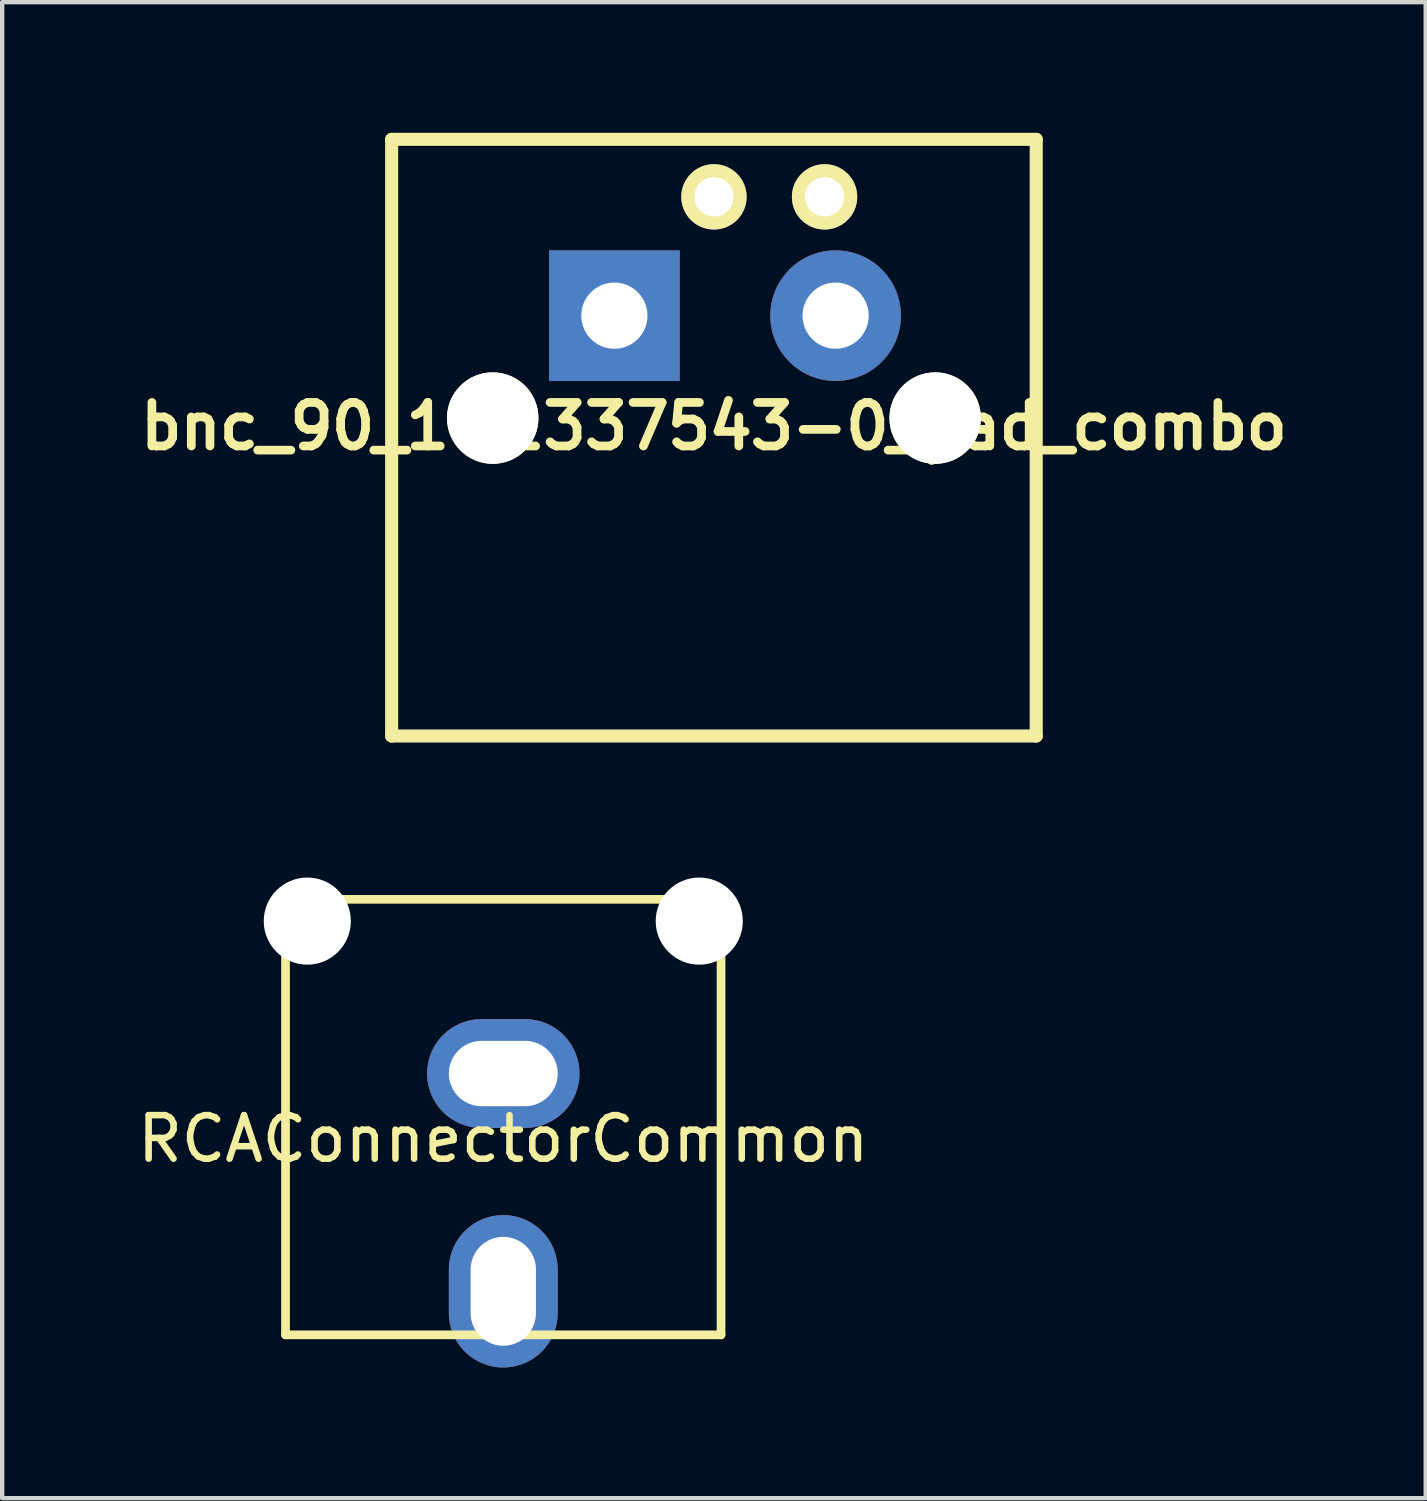
<source format=kicad_pcb>
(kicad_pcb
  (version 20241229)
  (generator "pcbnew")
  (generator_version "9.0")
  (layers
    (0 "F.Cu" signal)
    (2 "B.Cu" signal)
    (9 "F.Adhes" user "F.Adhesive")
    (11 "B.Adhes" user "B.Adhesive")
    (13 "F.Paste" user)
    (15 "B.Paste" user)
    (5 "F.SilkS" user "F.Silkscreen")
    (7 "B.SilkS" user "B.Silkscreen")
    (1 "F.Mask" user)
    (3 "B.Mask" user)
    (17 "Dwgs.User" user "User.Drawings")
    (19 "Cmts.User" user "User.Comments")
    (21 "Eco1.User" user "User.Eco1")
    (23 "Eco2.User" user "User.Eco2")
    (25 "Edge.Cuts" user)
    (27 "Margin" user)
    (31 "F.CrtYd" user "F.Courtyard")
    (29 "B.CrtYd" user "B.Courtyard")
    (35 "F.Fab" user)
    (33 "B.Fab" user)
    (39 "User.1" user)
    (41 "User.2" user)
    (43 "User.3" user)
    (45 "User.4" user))
  (footprint "RCAConnectorCommon"
    (layer "F.Cu")
    (at 8.506 22.6)
    (property "Reference" "RCAConnectorCommon" (at 0 0.5 0) (layer "F.SilkS") (effects (font (size 1 1) (thickness 0.15))))
    (attr through_hole)
    (fp_line (start -5 -5) (end 5 -5) (stroke (width 0.2) (type solid)) (layer "F.SilkS"))
    (fp_line (start -5 5) (end -5 -5) (stroke (width 0.2) (type solid)) (layer "F.SilkS"))
    (fp_line (start 5 -5) (end 5 5) (stroke (width 0.2) (type solid)) (layer "F.SilkS"))
    (fp_line (start 5 5) (end -5 5) (stroke (width 0.2) (type solid)) (layer "F.SilkS"))
    (pad "" np_thru_hole oval (at -4.5 -4.5) (size 2 2) (drill oval 2) (layers "*.Cu" "*.Mask"))
    (pad "" np_thru_hole oval (at 4.5 -4.5) (size 2 2) (drill oval 2) (layers "*.Cu" "*.Mask"))
    (pad "1" thru_hole oval (at 0 -1) (size 3.5 2.5) (drill oval 2.5 1.5) (layers "*.Cu" "*.Mask"))
    (pad "2" thru_hole oval (at 0 4) (size 2.5 3.5) (drill oval 1.5 2.5) (layers "*.Cu" "*.Mask")))
  (footprint "bnc_90_1-1337543-0_pad_combo"
    (layer "F.Cu")
    (at 13.343 13.85)
    (property "Reference" "bnc_90_1-1337543-0_pad_combo" (at 0 -7.112 0) (layer "F.SilkS") (effects (font (size 1 1) (thickness 0.2))))
    (attr through_hole)
    (fp_line (start -7.4 -13.7) (end -7.4 0) (stroke (width 0.3) (type solid)) (layer "F.SilkS"))
    (fp_line (start -7.4 -13.7) (end 7.4 -13.7) (stroke (width 0.3) (type solid)) (layer "F.SilkS"))
    (fp_line (start -7.4 0) (end 7.4 0) (stroke (width 0.3) (type solid)) (layer "F.SilkS"))
    (fp_line (start 7.4 0) (end 7.4 -13.7) (stroke (width 0.3) (type solid)) (layer "F.SilkS"))
    (pad "" np_thru_hole circle (at -5.08 -7.3) (size 2.1 2.1) (drill 2.1) (layers "*.Cu" "*.Mask" "F.SilkS"))
    (pad "" np_thru_hole circle (at 5.08 -7.3) (size 2.1 2.1) (drill 2.1) (layers "*.Cu" "*.Mask" "F.SilkS"))
    (pad "1" thru_hole rect (at -2.286 -9.652) (size 3 3) (drill 1.52) (layers "*.Cu" "*.Mask"))
    (pad "1" thru_hole circle (at 0 -12.38) (size 1.5 1.5) (drill 0.9) (layers "*.Cu" "*.Mask" "F.SilkS"))
    (pad "2" thru_hole circle (at 2.54 -12.38) (size 1.5 1.5) (drill 0.9) (layers "*.Cu" "*.Mask" "F.SilkS"))
    (pad "2" thru_hole circle (at 2.794 -9.652) (size 3 3) (drill 1.52) (layers "*.Cu" "*.Mask")))
  (gr_rect
    (start -3 -3)
    (end 29.686 31.35)
    (stroke (width 0.1) (type default))
    (fill no)
    (layer "Edge.Cuts")))
</source>
